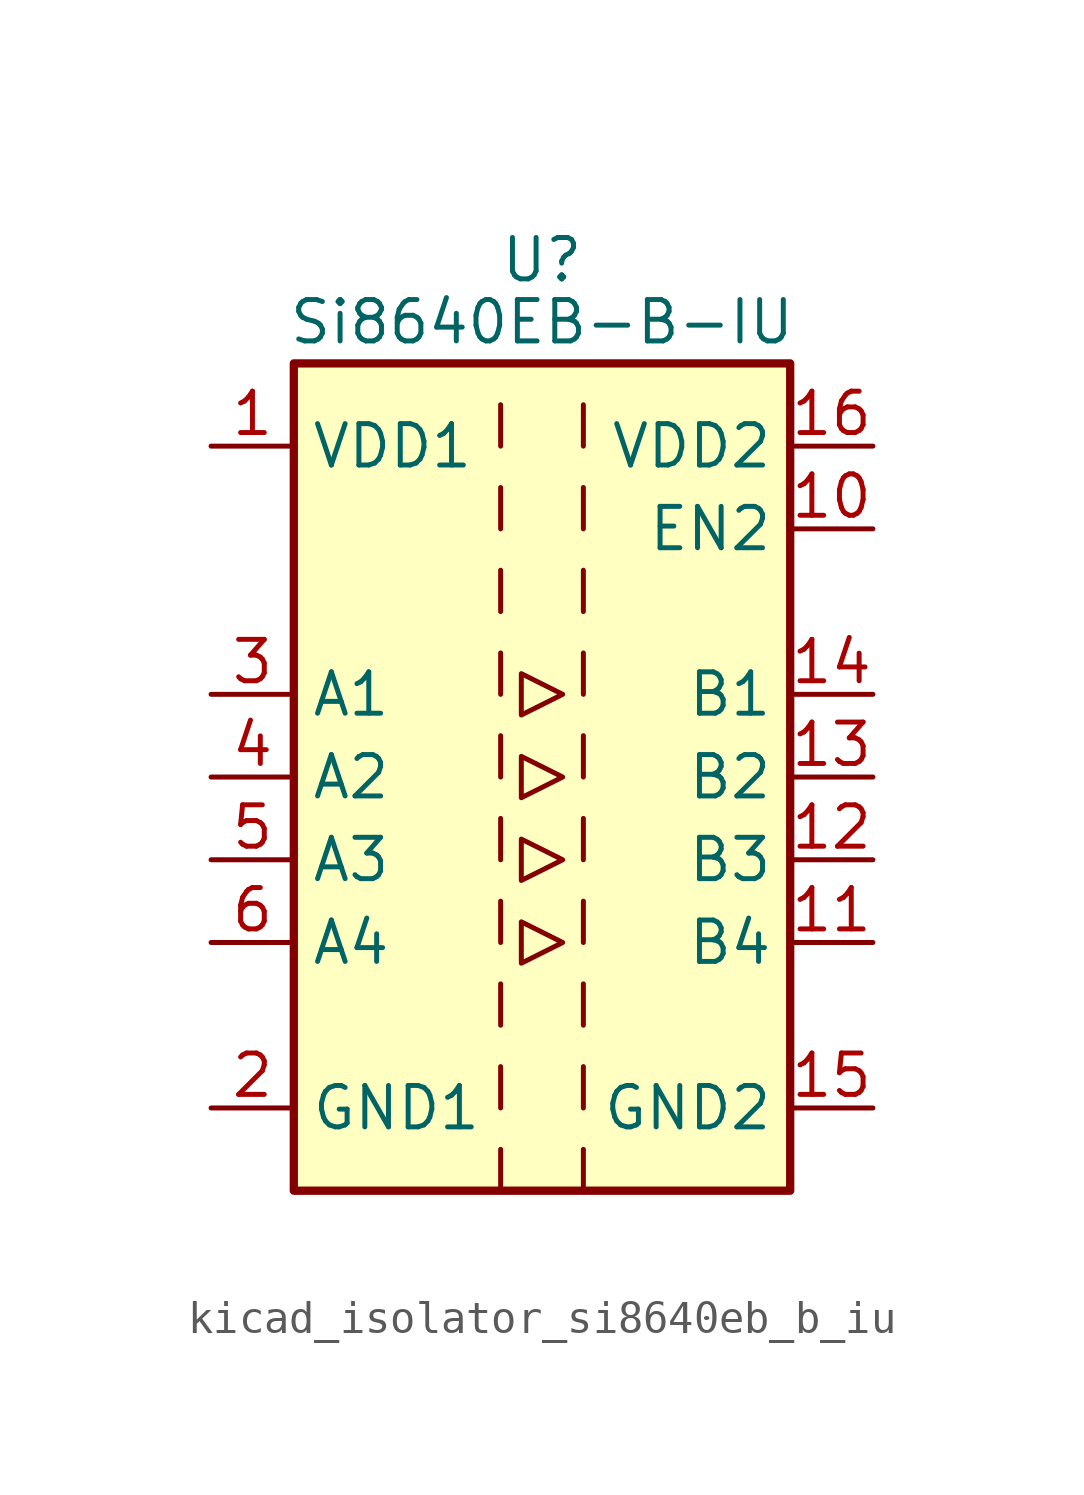
<source format=kicad_sym>
(kicad_symbol_lib
  (version 20220914)
  (generator kicad_symbol_editor)
  (symbol "kicad_isolator_si8640eb_b_iu"
    (property "Reference" "U"
      (at 0 15.875 0)
      (effects (font (size 1.27 1.27))))
    (property "Value" "Si8640EB-B-IU"
      (at 0 13.97 0)
      (effects (font (size 1.27 1.27))))
    (symbol "kicad_isolator_si8640eb_b_iu_0_1"
      (rectangle (start -7.62 12.7) (end 7.62 -12.7) (stroke (width 0.254) (type default)) (fill (type background)))
      (polyline (pts (xy -1.27 -11.43) (xy -1.27 -12.7)) (stroke (width 0) (type default)) (fill (type none)))
      (polyline (pts (xy -1.27 -8.89) (xy -1.27 -10.16)) (stroke (width 0) (type default)) (fill (type none)))
      (polyline (pts (xy -1.27 -6.35) (xy -1.27 -7.62)) (stroke (width 0) (type default)) (fill (type none)))
      (polyline (pts (xy -1.27 -3.81) (xy -1.27 -5.08)) (stroke (width 0) (type default)) (fill (type none)))
      (polyline (pts (xy -1.27 -1.27) (xy -1.27 -2.54)) (stroke (width 0) (type default)) (fill (type none)))
      (polyline (pts (xy -1.27 1.27) (xy -1.27 0)) (stroke (width 0) (type default)) (fill (type none)))
      (polyline (pts (xy -1.27 3.81) (xy -1.27 2.54)) (stroke (width 0) (type default)) (fill (type none)))
      (polyline (pts (xy -1.27 6.35) (xy -1.27 5.08)) (stroke (width 0) (type default)) (fill (type none)))
      (polyline (pts (xy -1.27 8.89) (xy -1.27 7.62)) (stroke (width 0) (type default)) (fill (type none)))
      (polyline (pts (xy -1.27 11.43) (xy -1.27 10.16)) (stroke (width 0) (type default)) (fill (type none)))
      (polyline (pts (xy 1.27 -11.43) (xy 1.27 -12.7)) (stroke (width 0) (type default)) (fill (type none)))
      (polyline (pts (xy 1.27 -8.89) (xy 1.27 -10.16)) (stroke (width 0) (type default)) (fill (type none)))
      (polyline (pts (xy 1.27 -6.35) (xy 1.27 -7.62)) (stroke (width 0) (type default)) (fill (type none)))
      (polyline (pts (xy 1.27 -3.81) (xy 1.27 -5.08)) (stroke (width 0) (type default)) (fill (type none)))
      (polyline (pts (xy 1.27 -1.27) (xy 1.27 -2.54)) (stroke (width 0) (type default)) (fill (type none)))
      (polyline (pts (xy 1.27 1.27) (xy 1.27 0)) (stroke (width 0) (type default)) (fill (type none)))
      (polyline (pts (xy 1.27 3.81) (xy 1.27 2.54)) (stroke (width 0) (type default)) (fill (type none)))
      (polyline (pts (xy 1.27 6.35) (xy 1.27 5.08)) (stroke (width 0) (type default)) (fill (type none)))
      (polyline (pts (xy 1.27 8.89) (xy 1.27 7.62)) (stroke (width 0) (type default)) (fill (type none)))
      (polyline (pts (xy 1.27 11.43) (xy 1.27 10.16)) (stroke (width 0) (type default)) (fill (type none)))
      (polyline (pts (xy -0.635 0.635) (xy -0.635 -0.635) (xy 0.635 0) (xy -0.635 0.635)) (stroke (width 0) (type default)) (fill (type none)))
      (polyline (pts (xy -0.635 3.175) (xy -0.635 1.905) (xy 0.635 2.54) (xy -0.635 3.175)) (stroke (width 0) (type default)) (fill (type none)))
      (polyline (pts (xy 0.635 -5.08) (xy -0.635 -4.445) (xy -0.635 -5.715) (xy 0.635 -5.08)) (stroke (width 0) (type default)) (fill (type none)))
      (polyline (pts (xy 0.635 -2.54) (xy -0.635 -1.905) (xy -0.635 -3.175) (xy 0.635 -2.54)) (stroke (width 0) (type default)) (fill (type none))))
    (symbol "kicad_isolator_si8640eb_b_iu_1_1"
      (pin power_in line (at -10.16 10.16 0) (length 2.54) (name "VDD1" (effects (font (size 1.27 1.27)))) (number "1" (effects (font (size 1.27 1.27)))))
      (pin input line (at 10.16 7.62 180) (length 2.54) (name "EN2" (effects (font (size 1.27 1.27)))) (number "10" (effects (font (size 1.27 1.27)))))
      (pin output line (at 10.16 -5.08 180) (length 2.54) (name "B4" (effects (font (size 1.27 1.27)))) (number "11" (effects (font (size 1.27 1.27)))))
      (pin output line (at 10.16 -2.54 180) (length 2.54) (name "B3" (effects (font (size 1.27 1.27)))) (number "12" (effects (font (size 1.27 1.27)))))
      (pin output line (at 10.16 0 180) (length 2.54) (name "B2" (effects (font (size 1.27 1.27)))) (number "13" (effects (font (size 1.27 1.27)))))
      (pin output line (at 10.16 2.54 180) (length 2.54) (name "B1" (effects (font (size 1.27 1.27)))) (number "14" (effects (font (size 1.27 1.27)))))
      (pin power_in line (at 10.16 -10.16 180) (length 2.54) (name "GND2" (effects (font (size 1.27 1.27)))) (number "15" (effects (font (size 1.27 1.27)))))
      (pin power_in line (at 10.16 10.16 180) (length 2.54) (name "VDD2" (effects (font (size 1.27 1.27)))) (number "16" (effects (font (size 1.27 1.27)))))
      (pin power_in line (at -10.16 -10.16 0) (length 2.54) (name "GND1" (effects (font (size 1.27 1.27)))) (number "2" (effects (font (size 1.27 1.27)))))
      (pin input line (at -10.16 2.54 0) (length 2.54) (name "A1" (effects (font (size 1.27 1.27)))) (number "3" (effects (font (size 1.27 1.27)))))
      (pin input line (at -10.16 0 0) (length 2.54) (name "A2" (effects (font (size 1.27 1.27)))) (number "4" (effects (font (size 1.27 1.27)))))
      (pin input line (at -10.16 -2.54 0) (length 2.54) (name "A3" (effects (font (size 1.27 1.27)))) (number "5" (effects (font (size 1.27 1.27)))))
      (pin input line (at -10.16 -5.08 0) (length 2.54) (name "A4" (effects (font (size 1.27 1.27)))) (number "6" (effects (font (size 1.27 1.27)))))
      (pin no_connect line (at -7.62 7.62 0) (length 2.54) hide (name "NC" (effects (font (size 1.27 1.27)))) (number "7" (effects (font (size 1.27 1.27)))))
      (pin passive line (at -10.16 -10.16 0) (length 2.54) hide (name "GND1" (effects (font (size 1.27 1.27)))) (number "8" (effects (font (size 1.27 1.27)))))
      (pin passive line (at 10.16 -10.16 180) (length 2.54) hide (name "GND2" (effects (font (size 1.27 1.27)))) (number "9" (effects (font (size 1.27 1.27))))))))
</source>
